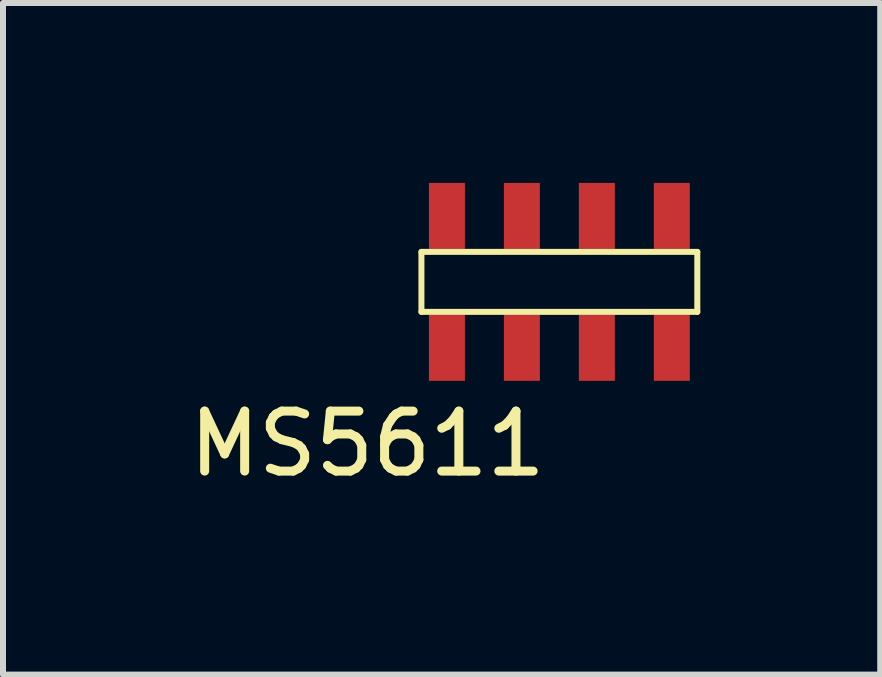
<source format=kicad_pcb>
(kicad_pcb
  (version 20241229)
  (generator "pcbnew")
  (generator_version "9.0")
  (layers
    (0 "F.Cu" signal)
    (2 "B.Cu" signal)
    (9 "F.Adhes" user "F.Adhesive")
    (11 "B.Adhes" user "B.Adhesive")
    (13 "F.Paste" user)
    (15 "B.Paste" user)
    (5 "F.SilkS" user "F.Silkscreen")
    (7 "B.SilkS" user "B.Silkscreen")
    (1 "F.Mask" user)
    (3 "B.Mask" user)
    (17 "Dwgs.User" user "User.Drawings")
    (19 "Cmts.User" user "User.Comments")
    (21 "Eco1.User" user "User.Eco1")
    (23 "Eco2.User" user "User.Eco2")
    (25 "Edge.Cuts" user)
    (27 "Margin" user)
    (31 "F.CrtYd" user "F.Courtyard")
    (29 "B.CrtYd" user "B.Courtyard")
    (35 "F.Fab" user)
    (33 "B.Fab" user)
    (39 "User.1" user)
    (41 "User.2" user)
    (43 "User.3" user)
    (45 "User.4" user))
  (footprint "MS5611"
    (layer "F.Cu")
    (at 6.277 1.65)
    (property "Reference" "MS5611" (at -3.2 2.7 0) (layer "F.SilkS") (effects (font (size 1 1) (thickness 0.15))))
    (attr through_hole)
    (fp_line (start -2.3 -0.5) (end 2.3 -0.5) (stroke (width 0.1) (type solid)) (layer "F.SilkS"))
    (fp_line (start -2.3 0.5) (end -2.3 -0.5) (stroke (width 0.1) (type solid)) (layer "F.SilkS"))
    (fp_line (start 2.3 -0.5) (end 2.3 0.5) (stroke (width 0.1) (type solid)) (layer "F.SilkS"))
    (fp_line (start 2.3 0.5) (end -2.3 0.5) (stroke (width 0.1) (type solid)) (layer "F.SilkS"))
    (pad "1" smd rect (at -1.875 1.1) (size 0.6 1.1) (layers "F.Cu" "F.Mask" "F.Paste"))
    (pad "2" smd rect (at -0.625 1.1) (size 0.6 1.1) (layers "F.Cu" "F.Mask" "F.Paste"))
    (pad "3" smd rect (at 0.625 1.1) (size 0.6 1.1) (layers "F.Cu" "F.Mask" "F.Paste"))
    (pad "4" smd rect (at 1.875 1.1) (size 0.6 1.1) (layers "F.Cu" "F.Mask" "F.Paste"))
    (pad "5" smd rect (at 1.875 -1.1) (size 0.6 1.1) (layers "F.Cu" "F.Mask" "F.Paste"))
    (pad "6" smd rect (at 0.625 -1.1) (size 0.6 1.1) (layers "F.Cu" "F.Mask" "F.Paste"))
    (pad "7" smd rect (at -0.625 -1.1) (size 0.6 1.1) (layers "F.Cu" "F.Mask" "F.Paste"))
    (pad "8" smd rect (at -1.875 -1.1) (size 0.6 1.1) (layers "F.Cu" "F.Mask" "F.Paste")))
  (gr_rect
    (start -3 -3)
    (end 11.627 8.198)
    (stroke (width 0.1) (type default))
    (fill no)
    (layer "Edge.Cuts")))
</source>
